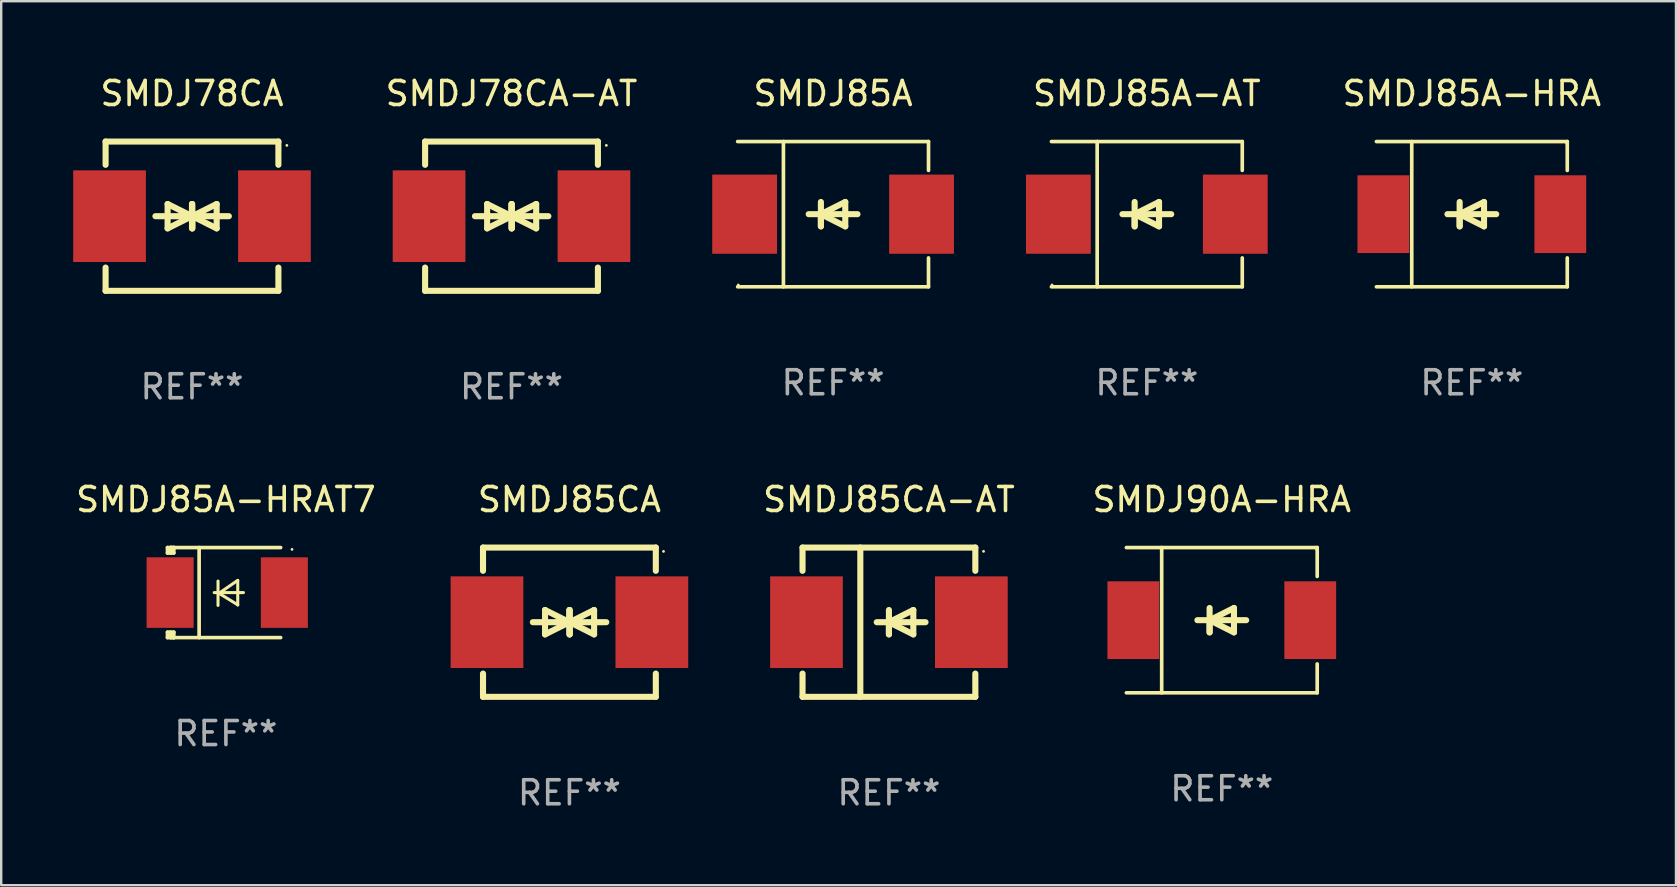
<source format=kicad_pcb>
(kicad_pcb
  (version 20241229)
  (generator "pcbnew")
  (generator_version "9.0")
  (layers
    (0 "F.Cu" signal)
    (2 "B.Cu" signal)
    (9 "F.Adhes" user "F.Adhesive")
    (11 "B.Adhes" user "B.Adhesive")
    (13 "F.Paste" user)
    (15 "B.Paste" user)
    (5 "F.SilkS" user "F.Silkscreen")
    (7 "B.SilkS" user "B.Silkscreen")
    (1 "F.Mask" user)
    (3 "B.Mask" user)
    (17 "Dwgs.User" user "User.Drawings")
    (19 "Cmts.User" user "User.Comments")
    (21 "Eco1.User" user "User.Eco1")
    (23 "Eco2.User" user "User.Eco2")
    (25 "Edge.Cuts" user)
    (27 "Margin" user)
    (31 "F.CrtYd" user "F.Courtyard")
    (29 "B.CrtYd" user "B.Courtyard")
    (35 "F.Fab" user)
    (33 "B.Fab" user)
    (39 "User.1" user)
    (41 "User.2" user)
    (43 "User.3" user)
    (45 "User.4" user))
  (footprint "SMDJ85CA-AT"
    (layer "F.Cu")
    (at 33.989 22.875)
    (property "Reference" "SMDJ85CA-AT" (at 0 -5.11 0) (layer "F.SilkS") (effects (font (size 1 1) (thickness 0.15))))
    (attr through_hole)
    (fp_line (start -3.6 -3.11) (end -3.6 -2.141) (stroke (width 0.254) (type solid)) (layer "F.SilkS"))
    (fp_line (start -3.6 -3.11) (end 3.6 -3.11) (stroke (width 0.254) (type solid)) (layer "F.SilkS"))
    (fp_line (start -3.6 2.141) (end -3.6 3.11) (stroke (width 0.254) (type solid)) (layer "F.SilkS"))
    (fp_line (start -3.6 3.11) (end 3.6 3.11) (stroke (width 0.254) (type solid)) (layer "F.SilkS"))
    (fp_line (start -1.192 -3.11) (end -1.192 3.11) (stroke (width 0.254) (type solid)) (layer "F.SilkS"))
    (fp_line (start 0 0) (end 0 0.508) (stroke (width 0.254) (type solid)) (layer "F.SilkS"))
    (fp_line (start 0 0) (end 1.016 0.508) (stroke (width 0.254) (type solid)) (layer "F.SilkS"))
    (fp_line (start 0 0.508) (end 0 -0.508) (stroke (width 0.254) (type solid)) (layer "F.SilkS"))
    (fp_line (start 1.016 -0.508) (end 0 0) (stroke (width 0.254) (type solid)) (layer "F.SilkS"))
    (fp_line (start 1.016 0.508) (end 1.016 -0.508) (stroke (width 0.254) (type solid)) (layer "F.SilkS"))
    (fp_line (start 1.524 0) (end -0.508 0) (stroke (width 0.254) (type solid)) (layer "F.SilkS"))
    (fp_line (start 3.6 -3.11) (end 3.6 -2.141) (stroke (width 0.254) (type solid)) (layer "F.SilkS"))
    (fp_line (start 3.6 2.141) (end 3.6 3.11) (stroke (width 0.254) (type solid)) (layer "F.SilkS"))
    (fp_circle (center 3.943 -2.952) (end 3.973 -2.952) (stroke (width 0.06) (type solid)) (fill no) (layer "F.SilkS"))
    (fp_text user "REF**" (at 0 7.11 0) (layer "F.Fab") (effects (font (size 1 1) (thickness 0.15))))
    (pad "1" smd rect (at 3.435 0 180) (size 3.03 3.82) (layers "F.Cu" "F.Mask" "F.Paste"))
    (pad "2" smd rect (at -3.435 0 180) (size 3.03 3.82) (layers "F.Cu" "F.Mask" "F.Paste")))
  (footprint "SMDJ90A-HRA"
    (layer "F.Cu")
    (at 47.858 22.791)
    (property "Reference" "SMDJ90A-HRA" (at 0 -5.026 0) (layer "F.SilkS") (effects (font (size 1 1) (thickness 0.15))))
    (attr through_hole)
    (fp_line (start -3.976 -3.026) (end 3.976 -3.026) (stroke (width 0.152) (type solid)) (layer "F.SilkS"))
    (fp_line (start -3.976 3.026) (end 3.976 3.026) (stroke (width 0.152) (type solid)) (layer "F.SilkS"))
    (fp_line (start -2.504 -3.026) (end -2.504 3.026) (stroke (width 0.152) (type solid)) (layer "F.SilkS"))
    (fp_line (start -0.508 0) (end -0.508 0.508) (stroke (width 0.254) (type solid)) (layer "F.SilkS"))
    (fp_line (start -0.508 0) (end 0.508 0.508) (stroke (width 0.254) (type solid)) (layer "F.SilkS"))
    (fp_line (start -0.508 0.508) (end -0.508 -0.508) (stroke (width 0.254) (type solid)) (layer "F.SilkS"))
    (fp_line (start 0.508 -0.508) (end -0.508 0) (stroke (width 0.254) (type solid)) (layer "F.SilkS"))
    (fp_line (start 0.508 0.508) (end 0.508 -0.508) (stroke (width 0.254) (type solid)) (layer "F.SilkS"))
    (fp_line (start 1.016 0) (end -1.016 0) (stroke (width 0.254) (type solid)) (layer "F.SilkS"))
    (fp_line (start 3.976 -3.026) (end 3.976 -1.823) (stroke (width 0.152) (type solid)) (layer "F.SilkS"))
    (fp_line (start 3.976 3.026) (end 3.976 1.823) (stroke (width 0.152) (type solid)) (layer "F.SilkS"))
    (fp_circle (center 3.95 -2.95) (end 3.98 -2.95) (stroke (width 0.06) (type solid)) (fill no) (layer "F.SilkS"))
    (fp_text user "REF**" (at 0 7.026 0) (layer "F.Fab") (effects (font (size 1 1) (thickness 0.15))))
    (pad "1" smd rect (at 3.686 0 180) (size 2.158 3.24) (layers "F.Cu" "F.Mask" "F.Paste"))
    (pad "2" smd rect (at -3.686 0 180) (size 2.158 3.24) (layers "F.Cu" "F.Mask" "F.Paste")))
  (footprint "SMDJ85A-HRA"
    (layer "F.Cu")
    (at 58.277 5.874)
    (property "Reference" "SMDJ85A-HRA" (at 0 -5.026 0) (layer "F.SilkS") (effects (font (size 1 1) (thickness 0.15))))
    (attr through_hole)
    (fp_line (start -3.976 -3.026) (end 3.976 -3.026) (stroke (width 0.152) (type solid)) (layer "F.SilkS"))
    (fp_line (start -3.976 3.026) (end 3.976 3.026) (stroke (width 0.152) (type solid)) (layer "F.SilkS"))
    (fp_line (start -2.504 -3.026) (end -2.504 3.026) (stroke (width 0.152) (type solid)) (layer "F.SilkS"))
    (fp_line (start -0.508 0) (end -0.508 0.508) (stroke (width 0.254) (type solid)) (layer "F.SilkS"))
    (fp_line (start -0.508 0) (end 0.508 0.508) (stroke (width 0.254) (type solid)) (layer "F.SilkS"))
    (fp_line (start -0.508 0.508) (end -0.508 -0.508) (stroke (width 0.254) (type solid)) (layer "F.SilkS"))
    (fp_line (start 0.508 -0.508) (end -0.508 0) (stroke (width 0.254) (type solid)) (layer "F.SilkS"))
    (fp_line (start 0.508 0.508) (end 0.508 -0.508) (stroke (width 0.254) (type solid)) (layer "F.SilkS"))
    (fp_line (start 1.016 0) (end -1.016 0) (stroke (width 0.254) (type solid)) (layer "F.SilkS"))
    (fp_line (start 3.976 -3.026) (end 3.976 -1.823) (stroke (width 0.152) (type solid)) (layer "F.SilkS"))
    (fp_line (start 3.976 3.026) (end 3.976 1.823) (stroke (width 0.152) (type solid)) (layer "F.SilkS"))
    (fp_circle (center 3.95 -2.95) (end 3.98 -2.95) (stroke (width 0.06) (type solid)) (fill no) (layer "F.SilkS"))
    (fp_text user "REF**" (at 0 7.026 0) (layer "F.Fab") (effects (font (size 1 1) (thickness 0.15))))
    (pad "1" smd rect (at 3.686 0 180) (size 2.158 3.24) (layers "F.Cu" "F.Mask" "F.Paste"))
    (pad "2" smd rect (at -3.686 0 180) (size 2.158 3.24) (layers "F.Cu" "F.Mask" "F.Paste")))
  (footprint "SMDJ78CA"
    (layer "F.Cu")
    (at 4.95 5.958)
    (property "Reference" "SMDJ78CA" (at 0 -5.11 0) (layer "F.SilkS") (effects (font (size 1 1) (thickness 0.15))))
    (attr through_hole)
    (fp_line (start -3.6 -2.141) (end -3.6 -3.11) (stroke (width 0.254) (type solid)) (layer "F.SilkS"))
    (fp_line (start -3.6 3.11) (end -3.6 2.141) (stroke (width 0.254) (type solid)) (layer "F.SilkS"))
    (fp_line (start -1.524 0) (end 0.508 0) (stroke (width 0.254) (type solid)) (layer "F.SilkS"))
    (fp_line (start -1.016 -0.508) (end -1.016 0.508) (stroke (width 0.254) (type solid)) (layer "F.SilkS"))
    (fp_line (start -1.016 0.508) (end 0 0) (stroke (width 0.254) (type solid)) (layer "F.SilkS"))
    (fp_line (start 0 -0.508) (end 0 0.508) (stroke (width 0.254) (type solid)) (layer "F.SilkS"))
    (fp_line (start 0 0) (end -1.016 -0.508) (stroke (width 0.254) (type solid)) (layer "F.SilkS"))
    (fp_line (start 0 0) (end 0 -0.508) (stroke (width 0.254) (type solid)) (layer "F.SilkS"))
    (fp_line (start 0.012 0) (end 0.012 0.508) (stroke (width 0.254) (type solid)) (layer "F.SilkS"))
    (fp_line (start 0.012 0) (end 1.028 0.508) (stroke (width 0.254) (type solid)) (layer "F.SilkS"))
    (fp_line (start 0.012 0.508) (end 0.012 -0.508) (stroke (width 0.254) (type solid)) (layer "F.SilkS"))
    (fp_line (start 1.028 -0.508) (end 0.012 0) (stroke (width 0.254) (type solid)) (layer "F.SilkS"))
    (fp_line (start 1.028 0.508) (end 1.028 -0.508) (stroke (width 0.254) (type solid)) (layer "F.SilkS"))
    (fp_line (start 1.536 0) (end -0.496 0) (stroke (width 0.254) (type solid)) (layer "F.SilkS"))
    (fp_line (start 3.6 -3.11) (end -3.6 -3.11) (stroke (width 0.254) (type solid)) (layer "F.SilkS"))
    (fp_line (start 3.6 -2.141) (end 3.6 -3.11) (stroke (width 0.254) (type solid)) (layer "F.SilkS"))
    (fp_line (start 3.6 3.11) (end -3.6 3.11) (stroke (width 0.254) (type solid)) (layer "F.SilkS"))
    (fp_line (start 3.6 3.11) (end 3.6 2.141) (stroke (width 0.254) (type solid)) (layer "F.SilkS"))
    (fp_circle (center 3.952 -2.95) (end 3.982 -2.95) (stroke (width 0.06) (type solid)) (fill no) (layer "F.SilkS"))
    (fp_text user "REF**" (at 0 7.11 0) (layer "F.Fab") (effects (font (size 1 1) (thickness 0.15))))
    (pad "1" smd rect (at 3.435 0) (size 3.03 3.82) (layers "F.Cu" "F.Mask" "F.Paste"))
    (pad "2" smd rect (at -3.435 0) (size 3.03 3.82) (layers "F.Cu" "F.Mask" "F.Paste")))
  (footprint "SMDJ78CA-AT"
    (layer "F.Cu")
    (at 18.263 5.958)
    (property "Reference" "SMDJ78CA-AT" (at 0 -5.11 0) (layer "F.SilkS") (effects (font (size 1 1) (thickness 0.15))))
    (attr through_hole)
    (fp_line (start -3.6 -2.141) (end -3.6 -3.11) (stroke (width 0.254) (type solid)) (layer "F.SilkS"))
    (fp_line (start -3.6 3.11) (end -3.6 2.141) (stroke (width 0.254) (type solid)) (layer "F.SilkS"))
    (fp_line (start -1.524 0) (end 0.508 0) (stroke (width 0.254) (type solid)) (layer "F.SilkS"))
    (fp_line (start -1.016 -0.508) (end -1.016 0.508) (stroke (width 0.254) (type solid)) (layer "F.SilkS"))
    (fp_line (start -1.016 0.508) (end 0 0) (stroke (width 0.254) (type solid)) (layer "F.SilkS"))
    (fp_line (start 0 -0.508) (end 0 0.508) (stroke (width 0.254) (type solid)) (layer "F.SilkS"))
    (fp_line (start 0 0) (end -1.016 -0.508) (stroke (width 0.254) (type solid)) (layer "F.SilkS"))
    (fp_line (start 0 0) (end 0 -0.508) (stroke (width 0.254) (type solid)) (layer "F.SilkS"))
    (fp_line (start 0.012 0) (end 0.012 0.508) (stroke (width 0.254) (type solid)) (layer "F.SilkS"))
    (fp_line (start 0.012 0) (end 1.028 0.508) (stroke (width 0.254) (type solid)) (layer "F.SilkS"))
    (fp_line (start 0.012 0.508) (end 0.012 -0.508) (stroke (width 0.254) (type solid)) (layer "F.SilkS"))
    (fp_line (start 1.028 -0.508) (end 0.012 0) (stroke (width 0.254) (type solid)) (layer "F.SilkS"))
    (fp_line (start 1.028 0.508) (end 1.028 -0.508) (stroke (width 0.254) (type solid)) (layer "F.SilkS"))
    (fp_line (start 1.536 0) (end -0.496 0) (stroke (width 0.254) (type solid)) (layer "F.SilkS"))
    (fp_line (start 3.6 -3.11) (end -3.6 -3.11) (stroke (width 0.254) (type solid)) (layer "F.SilkS"))
    (fp_line (start 3.6 -2.141) (end 3.6 -3.11) (stroke (width 0.254) (type solid)) (layer "F.SilkS"))
    (fp_line (start 3.6 3.11) (end -3.6 3.11) (stroke (width 0.254) (type solid)) (layer "F.SilkS"))
    (fp_line (start 3.6 3.11) (end 3.6 2.141) (stroke (width 0.254) (type solid)) (layer "F.SilkS"))
    (fp_circle (center 3.952 -2.95) (end 3.982 -2.95) (stroke (width 0.06) (type solid)) (fill no) (layer "F.SilkS"))
    (fp_text user "REF**" (at 0 7.11 0) (layer "F.Fab") (effects (font (size 1 1) (thickness 0.15))))
    (pad "1" smd rect (at 3.435 0) (size 3.03 3.82) (layers "F.Cu" "F.Mask" "F.Paste"))
    (pad "2" smd rect (at -3.435 0) (size 3.03 3.82) (layers "F.Cu" "F.Mask" "F.Paste")))
  (footprint "SMDJ85A-AT"
    (layer "F.Cu")
    (at 44.735 5.874)
    (property "Reference" "SMDJ85A-AT" (at 0 -5.026 0) (layer "F.SilkS") (effects (font (size 1 1) (thickness 0.15))))
    (attr through_hole)
    (fp_line (start -3.976 -3.026) (end 3.976 -3.026) (stroke (width 0.152) (type solid)) (layer "F.SilkS"))
    (fp_line (start -3.976 3.026) (end 3.976 3.026) (stroke (width 0.152) (type solid)) (layer "F.SilkS"))
    (fp_line (start -2.069 -3.026) (end -2.069 3.026) (stroke (width 0.152) (type solid)) (layer "F.SilkS"))
    (fp_line (start -0.508 0) (end -0.508 0.508) (stroke (width 0.254) (type solid)) (layer "F.SilkS"))
    (fp_line (start -0.508 0) (end 0.508 0.508) (stroke (width 0.254) (type solid)) (layer "F.SilkS"))
    (fp_line (start -0.508 0.508) (end -0.508 -0.508) (stroke (width 0.254) (type solid)) (layer "F.SilkS"))
    (fp_line (start 0.508 -0.508) (end -0.508 0) (stroke (width 0.254) (type solid)) (layer "F.SilkS"))
    (fp_line (start 0.508 0.508) (end 0.508 -0.508) (stroke (width 0.254) (type solid)) (layer "F.SilkS"))
    (fp_line (start 1.016 0) (end -1.016 0) (stroke (width 0.254) (type solid)) (layer "F.SilkS"))
    (fp_line (start 3.976 -3.026) (end 3.976 -1.823) (stroke (width 0.152) (type solid)) (layer "F.SilkS"))
    (fp_line (start 3.976 3.026) (end 3.976 1.823) (stroke (width 0.152) (type solid)) (layer "F.SilkS"))
    (fp_circle (center -3.95 2.95) (end -3.92 2.95) (stroke (width 0.06) (type solid)) (fill no) (layer "F.SilkS"))
    (fp_text user "REF**" (at 0 7.026 0) (layer "F.Fab") (effects (font (size 1 1) (thickness 0.15))))
    (pad "1" smd rect (at -3.686 0) (size 2.7 3.3) (layers "F.Cu" "F.Mask" "F.Paste"))
    (pad "2" smd rect (at 3.686 0) (size 2.7 3.3) (layers "F.Cu" "F.Mask" "F.Paste")))
  (footprint "SMDJ85CA"
    (layer "F.Cu")
    (at 20.676 22.875)
    (property "Reference" "SMDJ85CA" (at 0 -5.11 0) (layer "F.SilkS") (effects (font (size 1 1) (thickness 0.15))))
    (attr through_hole)
    (fp_line (start -3.6 -2.141) (end -3.6 -3.11) (stroke (width 0.254) (type solid)) (layer "F.SilkS"))
    (fp_line (start -3.6 3.11) (end -3.6 2.141) (stroke (width 0.254) (type solid)) (layer "F.SilkS"))
    (fp_line (start -1.524 0) (end 0.508 0) (stroke (width 0.254) (type solid)) (layer "F.SilkS"))
    (fp_line (start -1.016 -0.508) (end -1.016 0.508) (stroke (width 0.254) (type solid)) (layer "F.SilkS"))
    (fp_line (start -1.016 0.508) (end 0 0) (stroke (width 0.254) (type solid)) (layer "F.SilkS"))
    (fp_line (start 0 -0.508) (end 0 0.508) (stroke (width 0.254) (type solid)) (layer "F.SilkS"))
    (fp_line (start 0 0) (end -1.016 -0.508) (stroke (width 0.254) (type solid)) (layer "F.SilkS"))
    (fp_line (start 0 0) (end 0 -0.508) (stroke (width 0.254) (type solid)) (layer "F.SilkS"))
    (fp_line (start 0.012 0) (end 0.012 0.508) (stroke (width 0.254) (type solid)) (layer "F.SilkS"))
    (fp_line (start 0.012 0) (end 1.028 0.508) (stroke (width 0.254) (type solid)) (layer "F.SilkS"))
    (fp_line (start 0.012 0.508) (end 0.012 -0.508) (stroke (width 0.254) (type solid)) (layer "F.SilkS"))
    (fp_line (start 1.028 -0.508) (end 0.012 0) (stroke (width 0.254) (type solid)) (layer "F.SilkS"))
    (fp_line (start 1.028 0.508) (end 1.028 -0.508) (stroke (width 0.254) (type solid)) (layer "F.SilkS"))
    (fp_line (start 1.536 0) (end -0.496 0) (stroke (width 0.254) (type solid)) (layer "F.SilkS"))
    (fp_line (start 3.6 -3.11) (end -3.6 -3.11) (stroke (width 0.254) (type solid)) (layer "F.SilkS"))
    (fp_line (start 3.6 -2.141) (end 3.6 -3.11) (stroke (width 0.254) (type solid)) (layer "F.SilkS"))
    (fp_line (start 3.6 3.11) (end -3.6 3.11) (stroke (width 0.254) (type solid)) (layer "F.SilkS"))
    (fp_line (start 3.6 3.11) (end 3.6 2.141) (stroke (width 0.254) (type solid)) (layer "F.SilkS"))
    (fp_circle (center 3.921 -2.95) (end 3.951 -2.95) (stroke (width 0.06) (type solid)) (fill no) (layer "F.SilkS"))
    (fp_text user "REF**" (at 0 7.11 0) (layer "F.Fab") (effects (font (size 1 1) (thickness 0.15))))
    (pad "1" smd rect (at 3.435 0) (size 3.03 3.82) (layers "F.Cu" "F.Mask" "F.Paste"))
    (pad "2" smd rect (at -3.435 0) (size 3.03 3.82) (layers "F.Cu" "F.Mask" "F.Paste")))
  (footprint "SMDJ85A"
    (layer "F.Cu")
    (at 31.662 5.874)
    (property "Reference" "SMDJ85A" (at 0 -5.026 0) (layer "F.SilkS") (effects (font (size 1 1) (thickness 0.15))))
    (attr through_hole)
    (fp_line (start -3.976 -3.026) (end 3.976 -3.026) (stroke (width 0.152) (type solid)) (layer "F.SilkS"))
    (fp_line (start -3.976 3.026) (end 3.976 3.026) (stroke (width 0.152) (type solid)) (layer "F.SilkS"))
    (fp_line (start -2.069 -3.026) (end -2.069 3.026) (stroke (width 0.152) (type solid)) (layer "F.SilkS"))
    (fp_line (start -0.508 0) (end -0.508 0.508) (stroke (width 0.254) (type solid)) (layer "F.SilkS"))
    (fp_line (start -0.508 0) (end 0.508 0.508) (stroke (width 0.254) (type solid)) (layer "F.SilkS"))
    (fp_line (start -0.508 0.508) (end -0.508 -0.508) (stroke (width 0.254) (type solid)) (layer "F.SilkS"))
    (fp_line (start 0.508 -0.508) (end -0.508 0) (stroke (width 0.254) (type solid)) (layer "F.SilkS"))
    (fp_line (start 0.508 0.508) (end 0.508 -0.508) (stroke (width 0.254) (type solid)) (layer "F.SilkS"))
    (fp_line (start 1.016 0) (end -1.016 0) (stroke (width 0.254) (type solid)) (layer "F.SilkS"))
    (fp_line (start 3.976 -3.026) (end 3.976 -1.823) (stroke (width 0.152) (type solid)) (layer "F.SilkS"))
    (fp_line (start 3.976 3.026) (end 3.976 1.823) (stroke (width 0.152) (type solid)) (layer "F.SilkS"))
    (fp_circle (center -3.95 2.95) (end -3.92 2.95) (stroke (width 0.06) (type solid)) (fill no) (layer "F.SilkS"))
    (fp_text user "REF**" (at 0 7.026 0) (layer "F.Fab") (effects (font (size 1 1) (thickness 0.15))))
    (pad "1" smd rect (at -3.686 0) (size 2.7 3.3) (layers "F.Cu" "F.Mask" "F.Paste"))
    (pad "2" smd rect (at 3.686 0) (size 2.7 3.3) (layers "F.Cu" "F.Mask" "F.Paste")))
  (footprint "SMDJ85A-HRAT7"
    (layer "F.Cu")
    (at 6.363 21.641)
    (property "Reference" "SMDJ85A-HRAT7" (at 0 -3.876 0) (layer "F.SilkS") (effects (font (size 1 1) (thickness 0.15))))
    (attr through_hole)
    (fp_line (start -2.435 1.65) (end -2.171 1.65) (stroke (width 0.152) (type solid)) (layer "F.SilkS"))
    (fp_line (start -2.435 1.876) (end -2.435 1.65) (stroke (width 0.152) (type solid)) (layer "F.SilkS"))
    (fp_line (start -2.435 -1.876) (end -2.171 -1.876) (stroke (width 0.152) (type solid)) (layer "F.SilkS"))
    (fp_line (start -2.435 -1.65) (end -2.435 -1.876) (stroke (width 0.152) (type solid)) (layer "F.SilkS"))
    (fp_line (start -2.305 -1.866) (end -2.295 -1.876) (stroke (width 0.152) (type solid)) (layer "F.SilkS"))
    (fp_line (start -2.305 -1.65) (end -2.305 -1.866) (stroke (width 0.152) (type solid)) (layer "F.SilkS"))
    (fp_line (start -2.305 1.876) (end -2.305 1.65) (stroke (width 0.152) (type solid)) (layer "F.SilkS"))
    (fp_line (start -2.295 -1.876) (end -2.295 -1.65) (stroke (width 0.152) (type solid)) (layer "F.SilkS"))
    (fp_line (start -2.171 1.876) (end -2.435 1.876) (stroke (width 0.152) (type solid)) (layer "F.SilkS"))
    (fp_line (start -2.171 -1.65) (end -2.435 -1.65) (stroke (width 0.152) (type solid)) (layer "F.SilkS"))
    (fp_line (start -2.171 -1.876) (end -2.295 -1.876) (stroke (width 0.152) (type solid)) (layer "F.SilkS"))
    (fp_line (start -2.171 -1.65) (end -2.171 -1.876) (stroke (width 0.152) (type solid)) (layer "F.SilkS"))
    (fp_line (start -2.171 1.876) (end -2.305 1.876) (stroke (width 0.152) (type solid)) (layer "F.SilkS"))
    (fp_line (start -2.171 1.876) (end -2.171 1.65) (stroke (width 0.152) (type solid)) (layer "F.SilkS"))
    (fp_line (start -1.116 1.876) (end -1.116 -1.876) (stroke (width 0.152) (type solid)) (layer "F.SilkS"))
    (fp_line (start -0.488 0.000102) (end 0.731 0.000102) (stroke (width 0.127) (type solid)) (layer "F.SilkS"))
    (fp_line (start -0.329 -0.48) (end -0.329 0.536) (stroke (width 0.127) (type solid)) (layer "F.SilkS"))
    (fp_line (start -0.29 0.03) (end 0.493 0.51) (stroke (width 0.127) (type solid)) (layer "F.SilkS"))
    (fp_line (start 0.493 -0.51) (end -0.29 0.03) (stroke (width 0.127) (type solid)) (layer "F.SilkS"))
    (fp_line (start 0.493 0.52) (end 0.493 -0.496) (stroke (width 0.127) (type solid)) (layer "F.SilkS"))
    (fp_line (start 2.281 -1.876) (end -2.171 -1.876) (stroke (width 0.152) (type solid)) (layer "F.SilkS"))
    (fp_line (start 2.281 1.876) (end -2.171 1.876) (stroke (width 0.152) (type solid)) (layer "F.SilkS"))
    (fp_circle (center 2.755 -1.8) (end 2.785 -1.8) (stroke (width 0.06) (type solid)) (fill no) (layer "F.SilkS"))
    (fp_text user "REF**" (at 0 5.876 0) (layer "F.Fab") (effects (font (size 1 1) (thickness 0.15))))
    (pad "1" smd rect (at 2.435 -0.000025 180) (size 1.96 2.94) (layers "F.Cu" "F.Mask" "F.Paste"))
    (pad "2" smd rect (at -2.325 -0.000025 180) (size 1.96 2.94) (layers "F.Cu" "F.Mask" "F.Paste")))
  (gr_rect
    (start -3 -3)
    (end 66.783 33.833)
    (stroke (width 0.1) (type default))
    (fill no)
    (layer "Edge.Cuts")))
</source>
